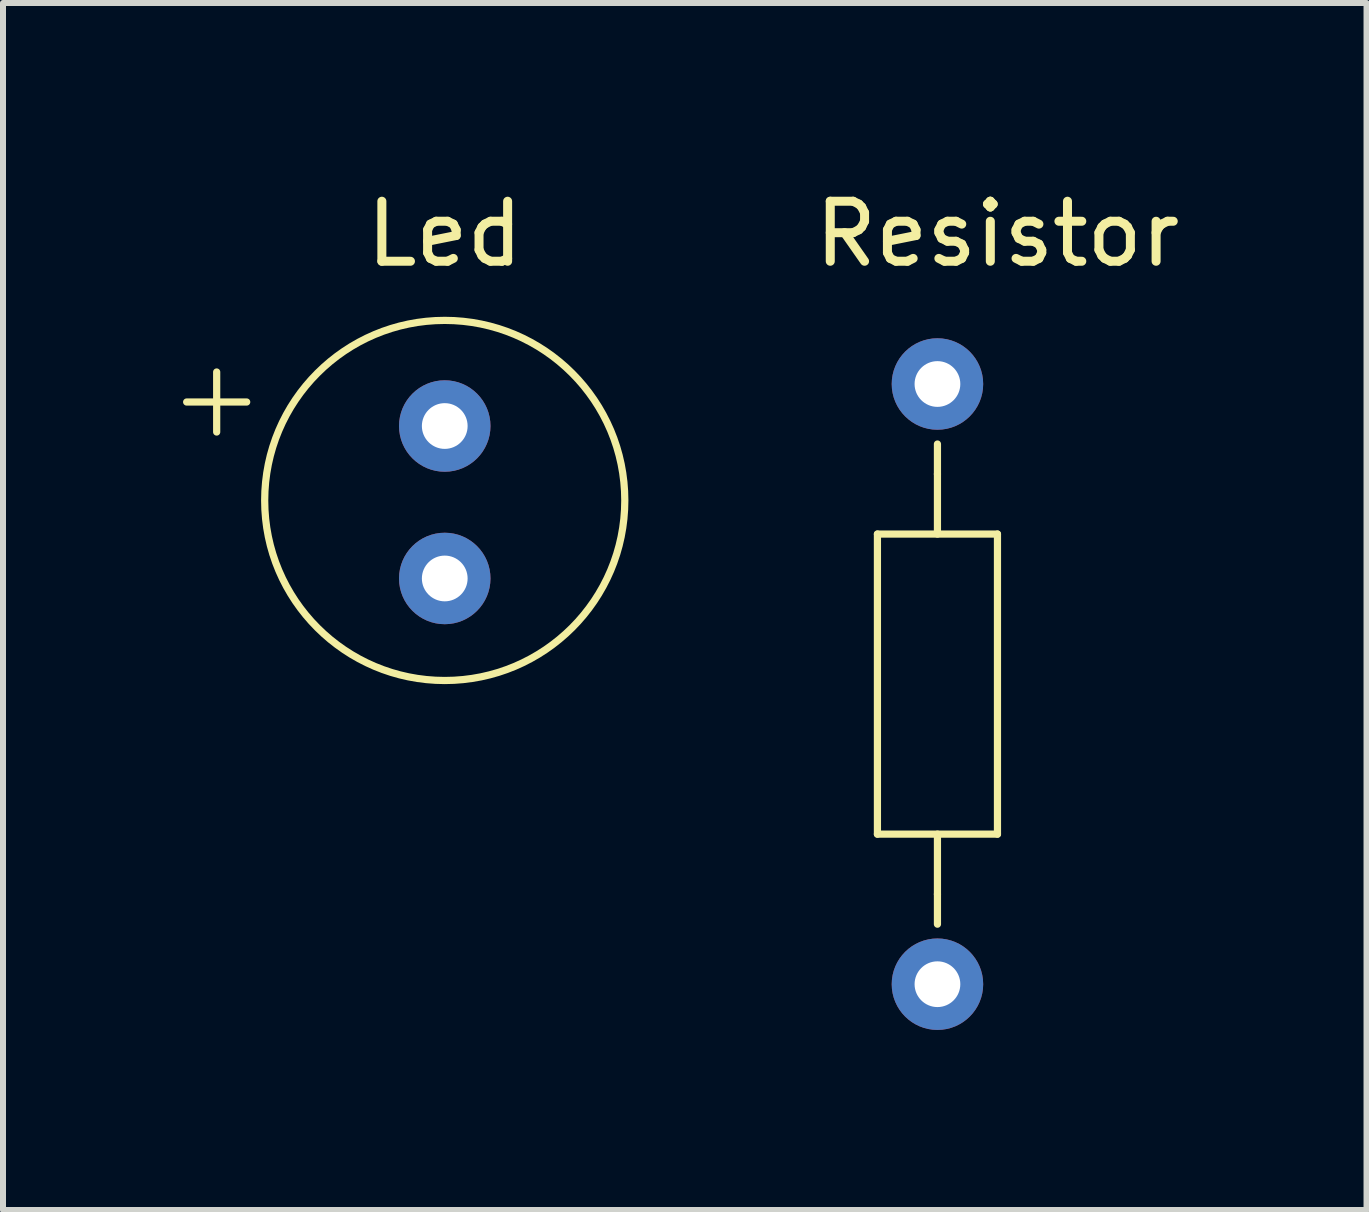
<source format=kicad_pcb>
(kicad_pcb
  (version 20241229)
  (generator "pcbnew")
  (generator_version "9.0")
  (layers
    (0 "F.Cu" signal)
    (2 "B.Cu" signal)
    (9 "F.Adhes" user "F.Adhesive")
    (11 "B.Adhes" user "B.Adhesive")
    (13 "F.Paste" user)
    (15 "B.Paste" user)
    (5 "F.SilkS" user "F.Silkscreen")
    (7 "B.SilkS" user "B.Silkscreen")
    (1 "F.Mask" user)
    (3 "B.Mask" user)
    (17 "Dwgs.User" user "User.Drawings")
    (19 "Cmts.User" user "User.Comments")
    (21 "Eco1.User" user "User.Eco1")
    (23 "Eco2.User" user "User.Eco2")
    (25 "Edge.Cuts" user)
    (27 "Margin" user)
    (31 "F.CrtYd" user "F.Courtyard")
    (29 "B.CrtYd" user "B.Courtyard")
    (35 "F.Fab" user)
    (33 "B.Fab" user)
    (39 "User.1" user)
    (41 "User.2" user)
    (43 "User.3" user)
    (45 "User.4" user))
  (footprint "Led"
    (layer "F.Cu")
    (at 4.36 4.048)
    (property "Reference" "Led" (at 0 -3.2 0) (layer "F.SilkS") (effects (font (size 1 1) (thickness 0.15))))
    (attr through_hole)
    (fp_line (start -4.3 -0.4) (end -3.3 -0.4) (stroke (width 0.12) (type solid)) (layer "F.SilkS"))
    (fp_line (start -3.8 0.1) (end -3.8 -0.9) (stroke (width 0.12) (type solid)) (layer "F.SilkS"))
    (fp_circle (center 0 1.24) (end 3 1.24) (stroke (width 0.12) (type solid)) (fill no) (layer "F.SilkS"))
    (pad "1" thru_hole circle (at 0 0) (size 1.524 1.524) (drill 0.762) (layers "*.Cu" "*.Mask"))
    (pad "2" thru_hole circle (at 0 2.54) (size 1.524 1.524) (drill 0.762) (layers "*.Cu" "*.Mask")))
  (footprint "Resistor"
    (layer "F.Cu")
    (at 12.569 3.348)
    (property "Reference" "Resistor" (at 1 -2.5 0) (layer "F.SilkS") (effects (font (size 1 1) (thickness 0.15))))
    (attr through_hole)
    (fp_line (start -1 2.5) (end 1 2.5) (stroke (width 0.12) (type solid)) (layer "F.SilkS"))
    (fp_line (start -1 7.5) (end -1 2.5) (stroke (width 0.12) (type solid)) (layer "F.SilkS"))
    (fp_line (start 0 1.5) (end 0 1) (stroke (width 0.12) (type solid)) (layer "F.SilkS"))
    (fp_line (start 0 2.5) (end 0 1.5) (stroke (width 0.12) (type solid)) (layer "F.SilkS"))
    (fp_line (start 0 7.5) (end 0 8.5) (stroke (width 0.12) (type solid)) (layer "F.SilkS"))
    (fp_line (start 0 8.5) (end 0 9) (stroke (width 0.12) (type solid)) (layer "F.SilkS"))
    (fp_line (start 1 2.5) (end 1 7.5) (stroke (width 0.12) (type solid)) (layer "F.SilkS"))
    (fp_line (start 1 7.5) (end -1 7.5) (stroke (width 0.12) (type solid)) (layer "F.SilkS"))
    (pad "1" thru_hole circle (at 0 0) (size 1.524 1.524) (drill 0.762) (layers "*.Cu" "*.Mask"))
    (pad "2" thru_hole circle (at 0 10) (size 1.524 1.524) (drill 0.762) (layers "*.Cu" "*.Mask")))
  (gr_rect
    (start -3 -3)
    (end 19.718 17.11)
    (stroke (width 0.1) (type default))
    (fill no)
    (layer "Edge.Cuts")))
</source>
